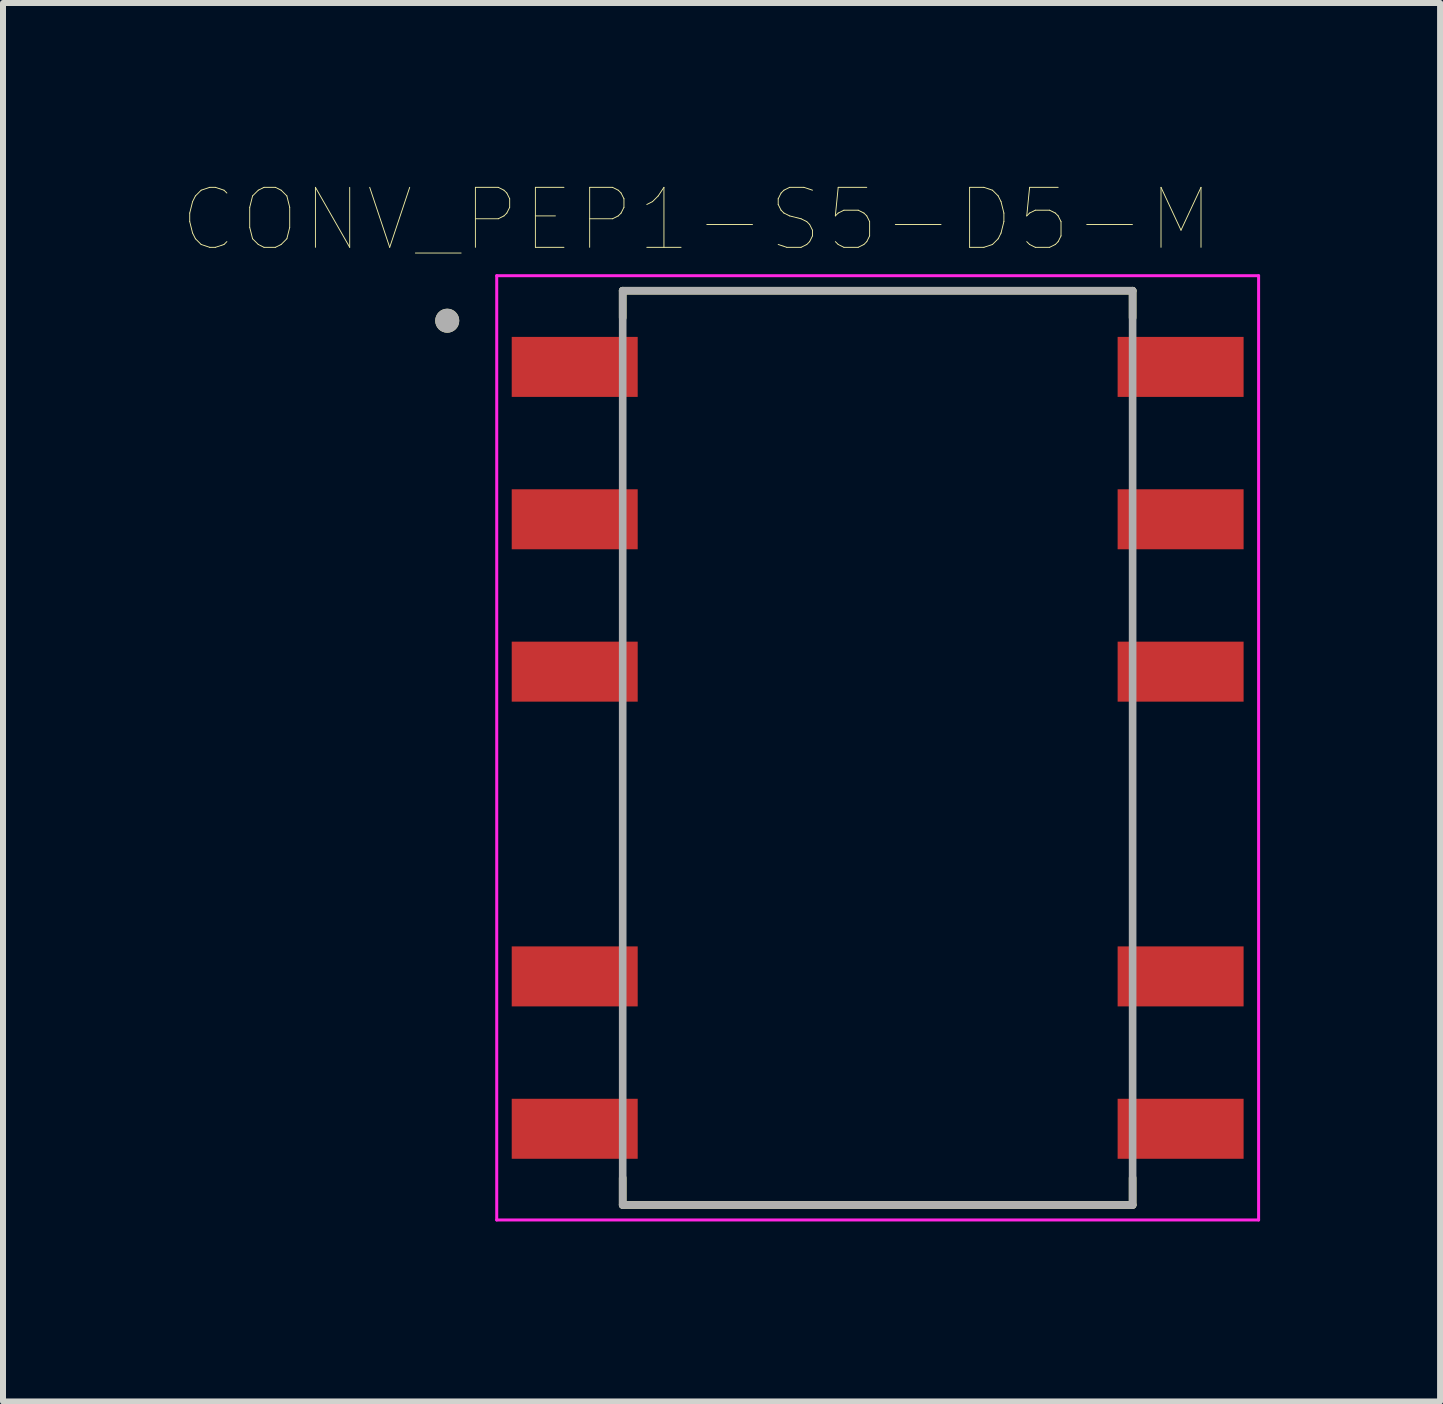
<source format=kicad_pcb>
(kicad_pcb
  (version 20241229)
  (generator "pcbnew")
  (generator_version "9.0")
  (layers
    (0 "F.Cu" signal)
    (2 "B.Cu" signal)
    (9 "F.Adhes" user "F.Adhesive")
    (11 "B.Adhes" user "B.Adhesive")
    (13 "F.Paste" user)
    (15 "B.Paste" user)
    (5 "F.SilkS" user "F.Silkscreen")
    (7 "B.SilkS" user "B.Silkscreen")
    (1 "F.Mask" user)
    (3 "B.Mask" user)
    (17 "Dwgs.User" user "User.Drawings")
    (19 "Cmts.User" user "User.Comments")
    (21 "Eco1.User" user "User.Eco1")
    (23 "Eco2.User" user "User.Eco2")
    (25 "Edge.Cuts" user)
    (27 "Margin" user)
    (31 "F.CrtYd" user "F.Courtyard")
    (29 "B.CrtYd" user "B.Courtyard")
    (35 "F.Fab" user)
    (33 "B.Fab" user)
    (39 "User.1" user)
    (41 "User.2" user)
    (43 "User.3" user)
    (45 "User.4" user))
  (footprint "CONV_PEP1-S5-D5-M"
    (layer "F.Cu")
    (at 11.58 9.416)
    (property "Reference" "CONV_PEP1-S5-D5-M" (at -3.015 -8.805 0) (layer "F.SilkS") (effects (font (size 1 1) (thickness 0.015))))
    (attr through_hole)
    (fp_line (start -4.25 -7.62) (end -4.25 -7.17) (stroke (width 0.127) (type solid)) (layer "F.SilkS"))
    (fp_line (start -4.25 -7.62) (end 4.25 -7.62) (stroke (width 0.127) (type solid)) (layer "F.SilkS"))
    (fp_line (start -4.25 7.17) (end -4.25 7.62) (stroke (width 0.127) (type solid)) (layer "F.SilkS"))
    (fp_line (start -4.25 7.62) (end 4.25 7.62) (stroke (width 0.127) (type solid)) (layer "F.SilkS"))
    (fp_line (start 4.25 -7.62) (end 4.25 -7.17) (stroke (width 0.127) (type solid)) (layer "F.SilkS"))
    (fp_line (start 4.25 7.17) (end 4.25 7.62) (stroke (width 0.127) (type solid)) (layer "F.SilkS"))
    (fp_circle (center -7.175 -7.12) (end -7.075 -7.12) (stroke (width 0.2) (type solid)) (fill no) (layer "F.SilkS"))
    (fp_line (start -6.35 -7.87) (end -6.35 7.87) (stroke (width 0.05) (type solid)) (layer "F.CrtYd"))
    (fp_line (start -6.35 -7.87) (end 6.35 -7.87) (stroke (width 0.05) (type solid)) (layer "F.CrtYd"))
    (fp_line (start -6.35 7.87) (end 6.35 7.87) (stroke (width 0.05) (type solid)) (layer "F.CrtYd"))
    (fp_line (start 6.35 -7.87) (end 6.35 7.87) (stroke (width 0.05) (type solid)) (layer "F.CrtYd"))
    (fp_line (start -4.25 -7.62) (end -4.25 7.62) (stroke (width 0.127) (type solid)) (layer "F.Fab"))
    (fp_line (start -4.25 -7.62) (end 4.25 -7.62) (stroke (width 0.127) (type solid)) (layer "F.Fab"))
    (fp_line (start -4.25 7.62) (end 4.25 7.62) (stroke (width 0.127) (type solid)) (layer "F.Fab"))
    (fp_line (start 4.25 -7.62) (end 4.25 7.62) (stroke (width 0.127) (type solid)) (layer "F.Fab"))
    (fp_circle (center -7.175 -7.12) (end -7.075 -7.12) (stroke (width 0.2) (type solid)) (fill no) (layer "F.Fab"))
    (pad "1" smd rect (at -5.05 -6.35) (size 2.1 1) (layers "F.Cu" "F.Mask" "F.Paste"))
    (pad "2" smd rect (at -5.05 -3.81) (size 2.1 1) (layers "F.Cu" "F.Mask" "F.Paste"))
    (pad "3" smd rect (at -5.05 -1.27) (size 2.1 1) (layers "F.Cu" "F.Mask" "F.Paste"))
    (pad "5" smd rect (at -5.05 3.81) (size 2.1 1) (layers "F.Cu" "F.Mask" "F.Paste"))
    (pad "6" smd rect (at -5.05 6.35) (size 2.1 1) (layers "F.Cu" "F.Mask" "F.Paste"))
    (pad "7" smd rect (at 5.05 6.35) (size 2.1 1) (layers "F.Cu" "F.Mask" "F.Paste"))
    (pad "8" smd rect (at 5.05 3.81) (size 2.1 1) (layers "F.Cu" "F.Mask" "F.Paste"))
    (pad "10" smd rect (at 5.05 -1.27) (size 2.1 1) (layers "F.Cu" "F.Mask" "F.Paste"))
    (pad "11" smd rect (at 5.05 -3.81) (size 2.1 1) (layers "F.Cu" "F.Mask" "F.Paste"))
    (pad "12" smd rect (at 5.05 -6.35) (size 2.1 1) (layers "F.Cu" "F.Mask" "F.Paste")))
  (gr_rect
    (start -3 -3)
    (end 20.955 20.311)
    (stroke (width 0.1) (type default))
    (fill no)
    (layer "Edge.Cuts")))
</source>
